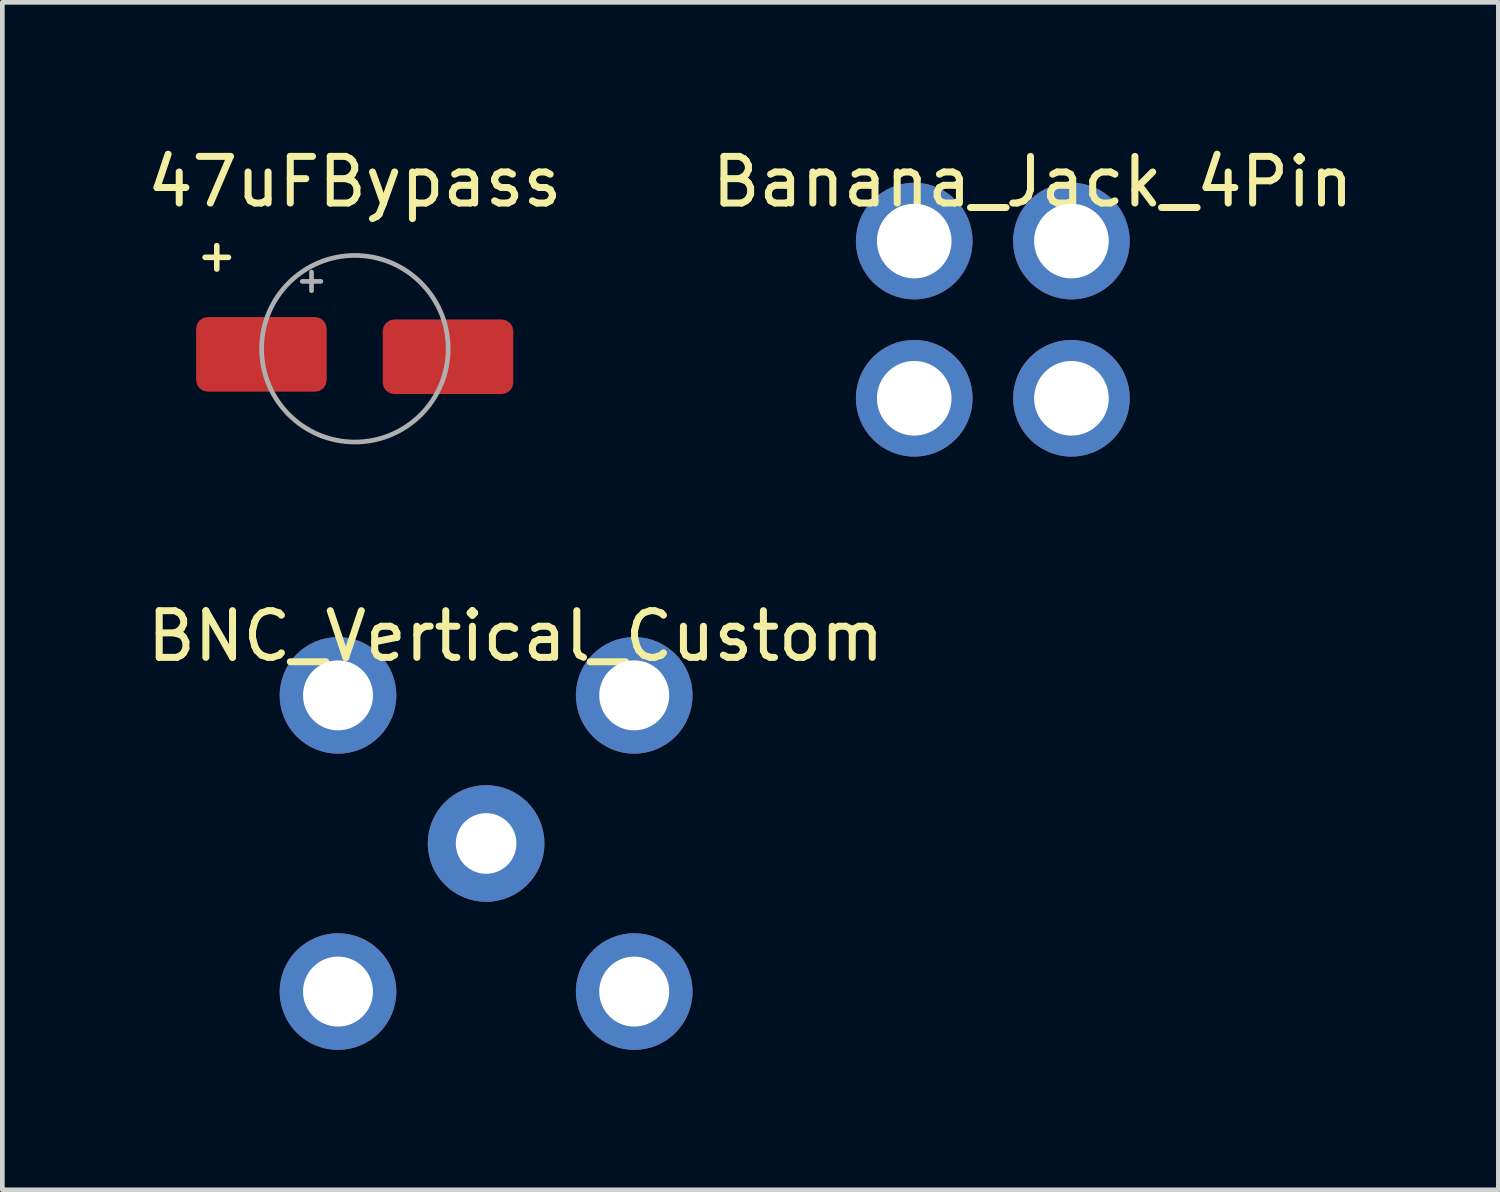
<source format=kicad_pcb>
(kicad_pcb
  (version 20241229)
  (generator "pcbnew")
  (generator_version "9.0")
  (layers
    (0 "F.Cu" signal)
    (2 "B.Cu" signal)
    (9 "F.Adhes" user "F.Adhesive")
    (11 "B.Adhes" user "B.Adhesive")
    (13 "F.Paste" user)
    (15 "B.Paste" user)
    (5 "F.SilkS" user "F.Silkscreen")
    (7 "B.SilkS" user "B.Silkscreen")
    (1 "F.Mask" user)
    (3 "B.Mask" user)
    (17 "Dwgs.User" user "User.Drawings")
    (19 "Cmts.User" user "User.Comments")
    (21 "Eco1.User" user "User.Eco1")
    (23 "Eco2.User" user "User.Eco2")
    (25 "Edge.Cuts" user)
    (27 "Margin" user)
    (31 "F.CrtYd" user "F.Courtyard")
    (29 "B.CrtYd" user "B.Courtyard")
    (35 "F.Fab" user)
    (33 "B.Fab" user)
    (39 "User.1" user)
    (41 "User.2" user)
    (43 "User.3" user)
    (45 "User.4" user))
  (footprint "Banana_Jack_4Pin"
    (layer "F.Cu")
    (at 19.089 4.658)
    (property "Reference" "Banana_Jack_4Pin" (at 0 -3.81 0) (layer "F.SilkS") (effects (font (size 1 1) (thickness 0.15))))
    (attr through_hole)
    (pad "1" thru_hole circle (at -2.54 -2.54) (size 2.5 2.5) (drill 1.6) (layers "*.Cu" "*.Mask"))
    (pad "1" thru_hole circle (at -2.54 0.83) (size 2.5 2.5) (drill 1.6) (layers "*.Cu" "*.Mask"))
    (pad "1" thru_hole circle (at 0.83 -2.54) (size 2.5 2.5) (drill 1.6) (layers "*.Cu" "*.Mask"))
    (pad "1" thru_hole circle (at 0.83 0.83) (size 2.5 2.5) (drill 1.6) (layers "*.Cu" "*.Mask")))
  (footprint "47uFBypass"
    (layer "F.Cu")
    (at 4.554 4.598)
    (property "Reference" "47uFBypass" (at 0 -3.75 0) (layer "F.SilkS") (effects (font (size 1 1) (thickness 0.15))))
    (attr smd)
    (fp_line (start -3.207 -2.131) (end -2.707 -2.131) (stroke (width 0.12) (type solid)) (layer "F.SilkS"))
    (fp_line (start -2.957 -2.381) (end -2.957 -1.881) (stroke (width 0.12) (type solid)) (layer "F.SilkS"))
    (fp_line (start -1.126 -1.616) (end -0.726 -1.616) (stroke (width 0.1) (type solid)) (layer "F.Fab"))
    (fp_line (start -0.926 -1.816) (end -0.926 -1.416) (stroke (width 0.1) (type solid)) (layer "F.Fab"))
    (fp_circle (center 0.004 -0.172) (end 2.004 -0.172) (stroke (width 0.1) (type solid)) (fill no) (layer "F.Fab"))
    (pad "1" smd roundrect (at -2 -0.051) (size 2.8 1.6) (layers "F.Cu" "F.Mask" "F.Paste") (roundrect_rratio 0.156))
    (pad "2" smd roundrect (at 2 0) (size 2.8 1.6) (layers "F.Cu" "F.Mask" "F.Paste") (roundrect_rratio 0.156)))
  (footprint "BNC_Vertical_Custom"
    (layer "F.Cu")
    (at 4.196 11.857)
    (property "Reference" "BNC_Vertical_Custom" (at 3.81 -1.27 0) (layer "F.SilkS") (effects (font (size 1 1) (thickness 0.15))))
    (attr through_hole)
    (pad "1" thru_hole circle (at 3.175 3.175) (size 2.5 2.5) (drill 1.3) (layers "*.Cu" "*.Mask"))
    (pad "2" thru_hole circle (at 0 0) (size 2.5 2.5) (drill 1.5) (layers "*.Cu" "*.Mask"))
    (pad "2" thru_hole circle (at 0 6.35) (size 2.5 2.5) (drill 1.5) (layers "*.Cu" "*.Mask"))
    (pad "2" thru_hole circle (at 6.35 0) (size 2.5 2.5) (drill 1.5) (layers "*.Cu" "*.Mask"))
    (pad "2" thru_hole circle (at 6.35 6.35) (size 2.5 2.5) (drill 1.5) (layers "*.Cu" "*.Mask")))
  (gr_rect
    (start -3 -3)
    (end 29.071 22.456)
    (stroke (width 0.1) (type default))
    (fill no)
    (layer "Edge.Cuts")))
</source>
